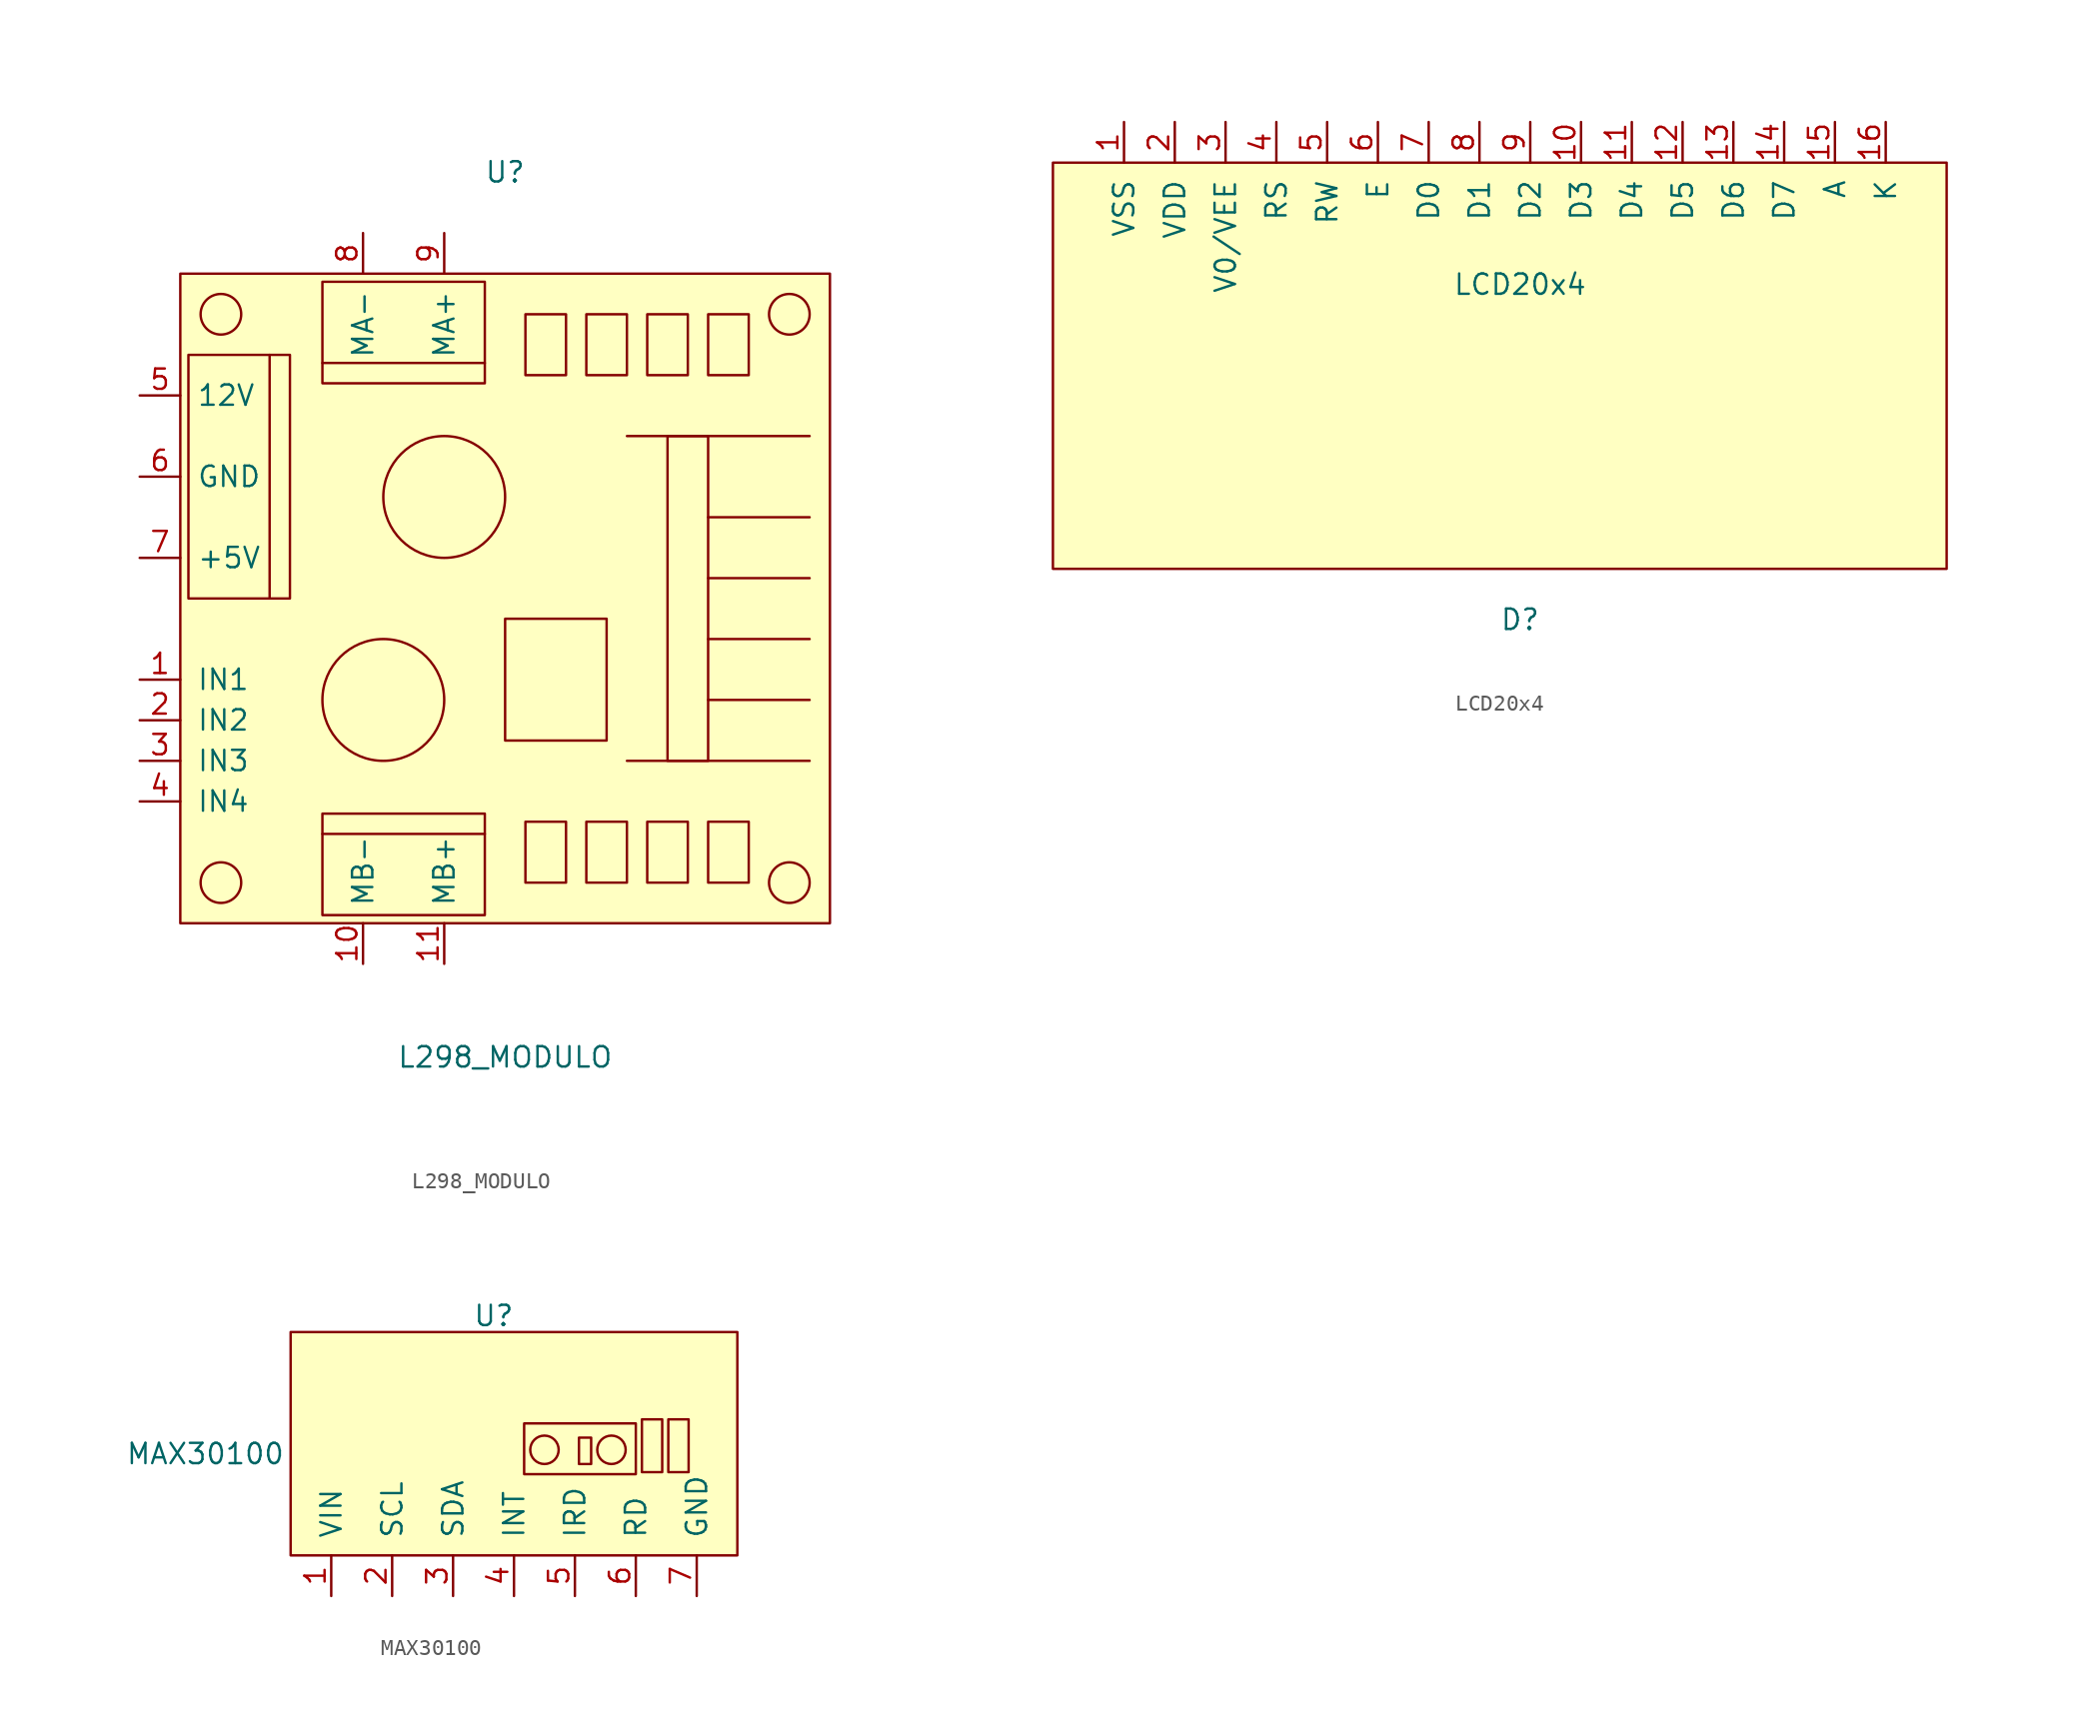
<source format=kicad_sym>
(kicad_symbol_lib
  (version 20211014)
  (generator kicad_symbol_editor)
  (symbol "L298_MODULO"
    (pin_names
      (offset 1.016))
    (property "Reference" "U"
      (at 0 26.67 0)
      (effects (font (size 1.27 1.27))))
    (property "Value" "L298_MODULO"
      (at 0 -28.702 0)
      (effects (font (size 1.27 1.27))))
    (symbol "L298_MODULO_0_1"
      (rectangle (start -20.32 20.32) (end 20.32 -20.32) (stroke (width 0) (type default) (color 0 0 0 0)) (fill (type background)))
      (rectangle (start -19.812 15.24) (end -13.462 0) (stroke (width 0) (type default) (color 0 0 0 0)) (fill (type none)))
      (circle (center -17.78 -17.78) (radius 1.27) (stroke (width 0) (type default) (color 0 0 0 0)) (fill (type none)))
      (circle (center -17.78 17.78) (radius 1.27) (stroke (width 0) (type default) (color 0 0 0 0)) (fill (type none)))
      (rectangle (start -11.43 19.812) (end -1.27 13.462) (stroke (width 0) (type default) (color 0 0 0 0)) (fill (type none)))
      (circle (center -7.62 -6.35) (radius 3.81) (stroke (width 0) (type default) (color 0 0 0 0)) (fill (type none)))
      (circle (center -3.81 6.35) (radius 3.81) (stroke (width 0) (type default) (color 0 0 0 0)) (fill (type none)))
      (rectangle (start 0 -1.27) (end 6.35 -8.89) (stroke (width 0) (type default) (color 0 0 0 0)) (fill (type none)))
      (polyline (pts (xy -14.732 15.24) (xy -14.732 0)) (stroke (width 0) (type default) (color 0 0 0 0)) (fill (type none)))
      (polyline (pts (xy 7.62 -10.16) (xy 19.05 -10.16)) (stroke (width 0) (type default) (color 0 0 0 0)) (fill (type none)))
      (polyline (pts (xy 7.62 10.16) (xy 19.05 10.16)) (stroke (width 0) (type default) (color 0 0 0 0)) (fill (type none)))
      (polyline (pts (xy 12.7 -6.35) (xy 19.05 -6.35)) (stroke (width 0) (type default) (color 0 0 0 0)) (fill (type none)))
      (polyline (pts (xy 12.7 -2.54) (xy 19.05 -2.54)) (stroke (width 0) (type default) (color 0 0 0 0)) (fill (type none)))
      (polyline (pts (xy 12.7 1.27) (xy 19.05 1.27)) (stroke (width 0) (type default) (color 0 0 0 0)) (fill (type none)))
      (polyline (pts (xy 12.7 5.08) (xy 19.05 5.08)) (stroke (width 0) (type default) (color 0 0 0 0)) (fill (type none)))
      (polyline (pts (xy -11.43 14.732) (xy -1.27 14.732) (xy -2.54 14.732)) (stroke (width 0) (type default) (color 0 0 0 0)) (fill (type none)))
      (rectangle (start 3.81 -17.78) (end 1.27 -13.97) (stroke (width 0) (type default) (color 0 0 0 0)) (fill (type none)))
      (rectangle (start 7.62 -17.78) (end 5.08 -13.97) (stroke (width 0) (type default) (color 0 0 0 0)) (fill (type none)))
      (rectangle (start 10.16 10.16) (end 12.7 -10.16) (stroke (width 0) (type default) (color 0 0 0 0)) (fill (type none)))
      (rectangle (start 11.43 -17.78) (end 8.89 -13.97) (stroke (width 0) (type default) (color 0 0 0 0)) (fill (type none)))
      (rectangle (start 15.24 -17.78) (end 12.7 -13.97) (stroke (width 0) (type default) (color 0 0 0 0)) (fill (type none)))
      (circle (center 17.78 -17.78) (radius 1.27) (stroke (width 0) (type default) (color 0 0 0 0)) (fill (type none)))
      (circle (center 17.78 17.78) (radius 1.27) (stroke (width 0) (type default) (color 0 0 0 0)) (fill (type none))))
    (symbol "L298_MODULO_1_1"
      (rectangle (start -1.27 -19.812) (end -11.43 -13.462) (stroke (width 0) (type default) (color 0 0 0 0)) (fill (type none)))
      (polyline (pts (xy -1.27 -14.732) (xy -11.43 -14.732) (xy -10.16 -14.732)) (stroke (width 0) (type default) (color 0 0 0 0)) (fill (type none)))
      (rectangle (start 3.81 13.97) (end 1.27 17.78) (stroke (width 0) (type default) (color 0 0 0 0)) (fill (type none)))
      (rectangle (start 7.62 13.97) (end 5.08 17.78) (stroke (width 0) (type default) (color 0 0 0 0)) (fill (type none)))
      (rectangle (start 11.43 13.97) (end 8.89 17.78) (stroke (width 0) (type default) (color 0 0 0 0)) (fill (type none)))
      (rectangle (start 15.24 13.97) (end 12.7 17.78) (stroke (width 0) (type default) (color 0 0 0 0)) (fill (type none)))
      (pin input line (at -22.86 -5.08 0) (length 2.54) (name "IN1" (effects (font (size 1.27 1.27)))) (number "1" (effects (font (size 1.27 1.27)))))
      (pin input line (at -8.89 -22.86 90) (length 2.54) (name "MB-" (effects (font (size 1.27 1.27)))) (number "10" (effects (font (size 1.27 1.27)))))
      (pin input line (at -3.81 -22.86 90) (length 2.54) (name "MB+" (effects (font (size 1.27 1.27)))) (number "11" (effects (font (size 1.27 1.27)))))
      (pin input line (at -22.86 -7.62 0) (length 2.54) (name "IN2" (effects (font (size 1.27 1.27)))) (number "2" (effects (font (size 1.27 1.27)))))
      (pin input line (at -22.86 -10.16 0) (length 2.54) (name "IN3" (effects (font (size 1.27 1.27)))) (number "3" (effects (font (size 1.27 1.27)))))
      (pin input line (at -22.86 -12.7 0) (length 2.54) (name "IN4" (effects (font (size 1.27 1.27)))) (number "4" (effects (font (size 1.27 1.27)))))
      (pin input line (at -22.86 12.7 0) (length 2.54) (name "12V" (effects (font (size 1.27 1.27)))) (number "5" (effects (font (size 1.27 1.27)))))
      (pin input line (at -22.86 7.62 0) (length 2.54) (name "GND" (effects (font (size 1.27 1.27)))) (number "6" (effects (font (size 1.27 1.27)))))
      (pin input line (at -22.86 2.54 0) (length 2.54) (name "+5V" (effects (font (size 1.27 1.27)))) (number "7" (effects (font (size 1.27 1.27)))))
      (pin input line (at -8.89 22.86 270) (length 2.54) (name "MA-" (effects (font (size 1.27 1.27)))) (number "8" (effects (font (size 1.27 1.27)))))
      (pin input line (at -3.81 22.86 270) (length 2.54) (name "MA+" (effects (font (size 1.27 1.27)))) (number "9" (effects (font (size 1.27 1.27)))))))
  (symbol "LCD20x4"
    (pin_names
      (offset 1.016))
    (property "Reference" "D"
      (at 0 -28.575 0)
      (effects (font (size 1.27 1.27))))
    (property "Value" "LCD20x4"
      (at 0 -7.62 0)
      (effects (font (size 1.27 1.27))))
    (symbol "LCD20x4_0_1"
      (rectangle (start -29.21 0) (end 26.67 -25.4) (stroke (width 0) (type default) (color 0 0 0 0)) (fill (type background))))
    (symbol "LCD20x4_1_1"
      (pin power_in line (at -24.765 2.54 270) (length 2.54) (name "VSS" (effects (font (size 1.27 1.27)))) (number "1" (effects (font (size 1.27 1.27)))))
      (pin bidirectional line (at 3.81 2.54 270) (length 2.54) (name "D3" (effects (font (size 1.27 1.27)))) (number "10" (effects (font (size 1.27 1.27)))))
      (pin bidirectional line (at 6.985 2.54 270) (length 2.54) (name "D4" (effects (font (size 1.27 1.27)))) (number "11" (effects (font (size 1.27 1.27)))))
      (pin bidirectional line (at 10.16 2.54 270) (length 2.54) (name "D5" (effects (font (size 1.27 1.27)))) (number "12" (effects (font (size 1.27 1.27)))))
      (pin bidirectional line (at 13.335 2.54 270) (length 2.54) (name "D6" (effects (font (size 1.27 1.27)))) (number "13" (effects (font (size 1.27 1.27)))))
      (pin bidirectional line (at 16.51 2.54 270) (length 2.54) (name "D7" (effects (font (size 1.27 1.27)))) (number "14" (effects (font (size 1.27 1.27)))))
      (pin power_in line (at 19.685 2.54 270) (length 2.54) (name "A" (effects (font (size 1.27 1.27)))) (number "15" (effects (font (size 1.27 1.27)))))
      (pin power_in line (at 22.86 2.54 270) (length 2.54) (name "K" (effects (font (size 1.27 1.27)))) (number "16" (effects (font (size 1.27 1.27)))))
      (pin power_in line (at -21.59 2.54 270) (length 2.54) (name "VDD" (effects (font (size 1.27 1.27)))) (number "2" (effects (font (size 1.27 1.27)))))
      (pin power_in line (at -18.415 2.54 270) (length 2.54) (name "V0/VEE" (effects (font (size 1.27 1.27)))) (number "3" (effects (font (size 1.27 1.27)))))
      (pin bidirectional line (at -15.24 2.54 270) (length 2.54) (name "RS" (effects (font (size 1.27 1.27)))) (number "4" (effects (font (size 1.27 1.27)))))
      (pin power_in line (at -12.065 2.54 270) (length 2.54) (name "RW" (effects (font (size 1.27 1.27)))) (number "5" (effects (font (size 1.27 1.27)))))
      (pin bidirectional line (at -8.89 2.54 270) (length 2.54) (name "E" (effects (font (size 1.27 1.27)))) (number "6" (effects (font (size 1.27 1.27)))))
      (pin bidirectional line (at -5.715 2.54 270) (length 2.54) (name "D0" (effects (font (size 1.27 1.27)))) (number "7" (effects (font (size 1.27 1.27)))))
      (pin bidirectional line (at -2.54 2.54 270) (length 2.54) (name "D1" (effects (font (size 1.27 1.27)))) (number "8" (effects (font (size 1.27 1.27)))))
      (pin bidirectional line (at 0.635 2.54 270) (length 2.54) (name "D2" (effects (font (size 1.27 1.27)))) (number "9" (effects (font (size 1.27 1.27)))))))
  (symbol "MAX30100"
    (pin_names
      (offset 1.016))
    (property "Reference" "U"
      (at 0 8.636 0)
      (effects (font (size 1.27 1.27))))
    (property "Value" "MAX30100"
      (at -18.034 0 0)
      (effects (font (size 1.27 1.27))))
    (symbol "MAX30100_0_1"
      (rectangle (start -12.7 -6.35) (end 15.24 7.62) (stroke (width 0) (type default) (color 0 0 0 0)) (fill (type background)))
      (rectangle (start 1.905 1.905) (end 8.89 -1.27) (stroke (width 0) (type default) (color 0 0 0 0)) (fill (type none)))
      (circle (center 3.175 0.254) (radius 0.889) (stroke (width 0) (type default) (color 0 0 0 0)) (fill (type none)))
      (rectangle (start 5.334 1.016) (end 6.096 -0.635) (stroke (width 0) (type default) (color 0 0 0 0)) (fill (type none)))
      (circle (center 7.366 0.254) (radius 0.889) (stroke (width 0) (type default) (color 0 0 0 0)) (fill (type none)))
      (rectangle (start 9.271 2.159) (end 10.541 -1.143) (stroke (width 0) (type default) (color 0 0 0 0)) (fill (type none)))
      (rectangle (start 10.922 2.159) (end 12.192 -1.143) (stroke (width 0) (type default) (color 0 0 0 0)) (fill (type none))))
    (symbol "MAX30100_1_1"
      (pin input line (at -10.16 -8.89 90) (length 2.54) (name "VIN" (effects (font (size 1.27 1.27)))) (number "1" (effects (font (size 1.27 1.27)))))
      (pin bidirectional line (at -6.35 -8.89 90) (length 2.54) (name "SCL" (effects (font (size 1.27 1.27)))) (number "2" (effects (font (size 1.27 1.27)))))
      (pin bidirectional line (at -2.54 -8.89 90) (length 2.54) (name "SDA" (effects (font (size 1.27 1.27)))) (number "3" (effects (font (size 1.27 1.27)))))
      (pin bidirectional line (at 1.27 -8.89 90) (length 2.54) (name "INT" (effects (font (size 1.27 1.27)))) (number "4" (effects (font (size 1.27 1.27)))))
      (pin bidirectional line (at 5.08 -8.89 90) (length 2.54) (name "IRD" (effects (font (size 1.27 1.27)))) (number "5" (effects (font (size 1.27 1.27)))))
      (pin bidirectional line (at 8.89 -8.89 90) (length 2.54) (name "RD" (effects (font (size 1.27 1.27)))) (number "6" (effects (font (size 1.27 1.27)))))
      (pin input line (at 12.7 -8.89 90) (length 2.54) (name "GND" (effects (font (size 1.27 1.27)))) (number "7" (effects (font (size 1.27 1.27))))))))
</source>
